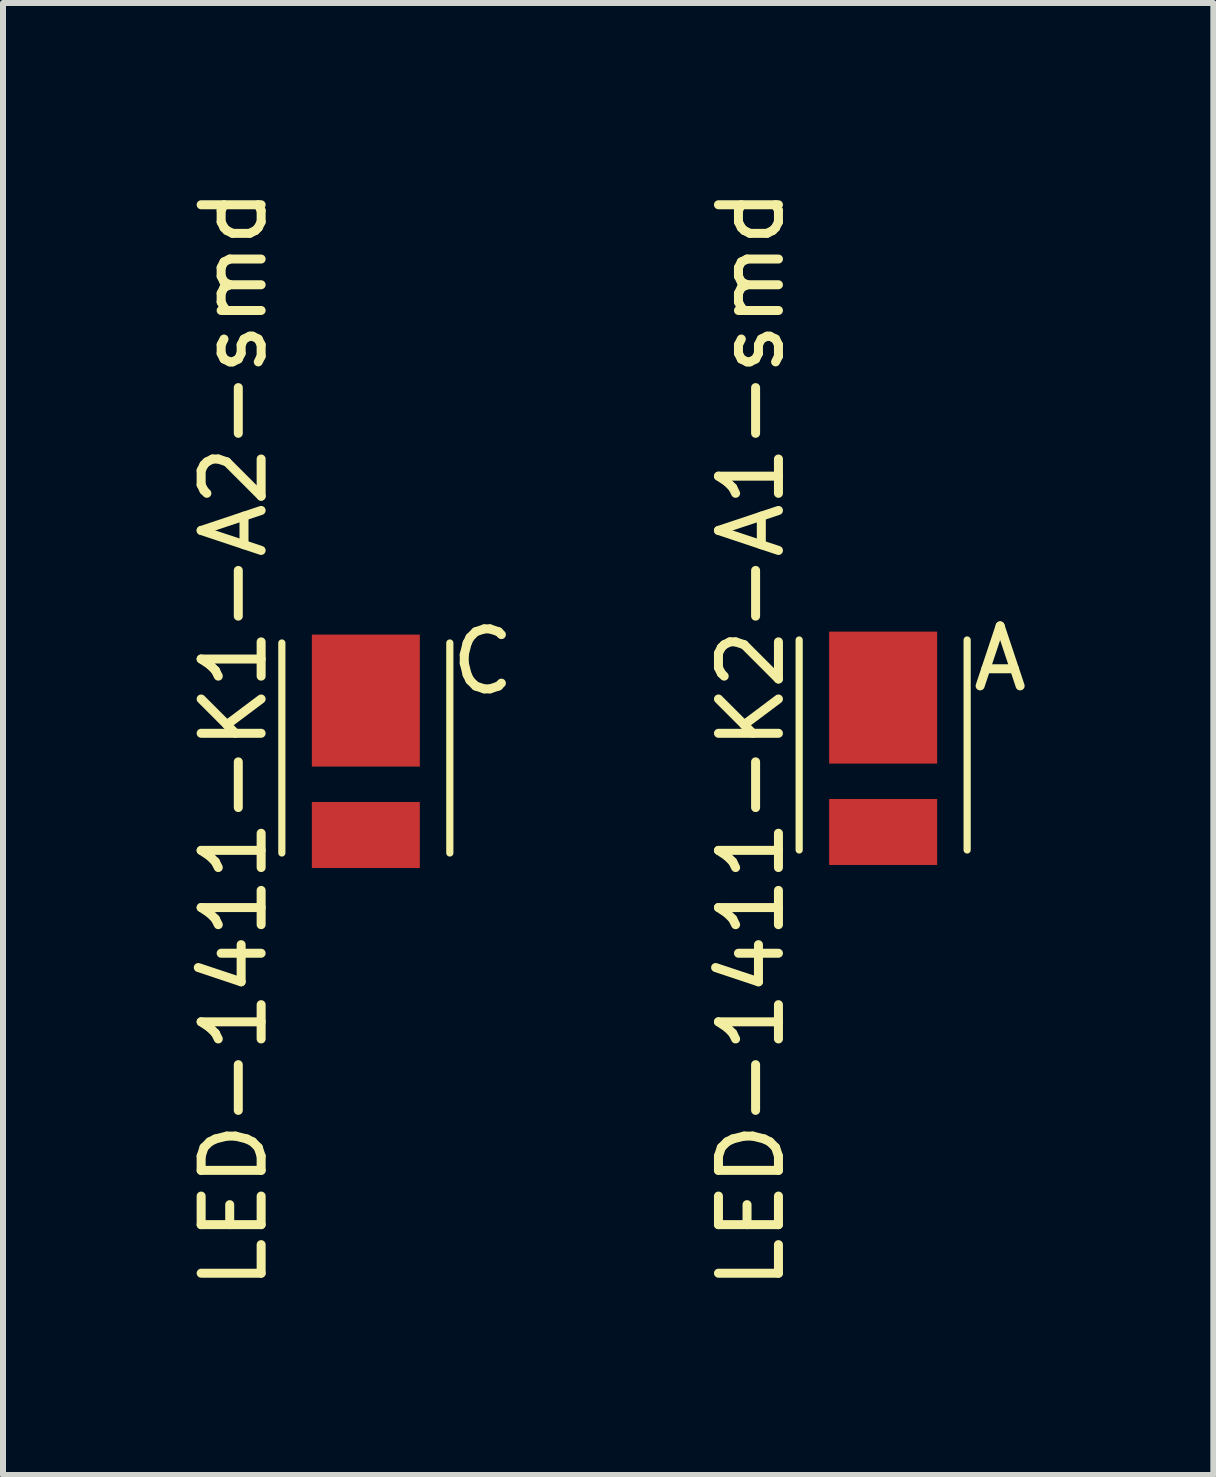
<source format=kicad_pcb>
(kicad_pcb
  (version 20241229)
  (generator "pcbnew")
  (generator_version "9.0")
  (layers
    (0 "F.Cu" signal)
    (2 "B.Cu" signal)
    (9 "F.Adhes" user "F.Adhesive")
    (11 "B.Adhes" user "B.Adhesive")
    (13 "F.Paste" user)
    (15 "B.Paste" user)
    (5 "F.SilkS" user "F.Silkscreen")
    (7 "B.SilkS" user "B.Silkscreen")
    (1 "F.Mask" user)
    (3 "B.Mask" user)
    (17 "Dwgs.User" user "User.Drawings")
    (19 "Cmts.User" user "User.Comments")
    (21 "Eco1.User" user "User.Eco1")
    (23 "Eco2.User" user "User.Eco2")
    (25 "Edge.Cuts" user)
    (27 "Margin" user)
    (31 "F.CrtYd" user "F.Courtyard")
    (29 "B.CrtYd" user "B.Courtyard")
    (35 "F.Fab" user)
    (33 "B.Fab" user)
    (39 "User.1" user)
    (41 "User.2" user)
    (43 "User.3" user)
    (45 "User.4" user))
  (footprint "LED-1411-K1-A2-smd"
    (layer "F.Cu")
    (at 3.048 9.718)
    (property "Reference" "LED-1411-K1-A2-smd" (at -2.2 -0.45 90) (unlocked yes) (layer "F.SilkS") (effects (font (size 1 1) (thickness 0.15))))
    (attr smd)
    (fp_line (start -1.4 1.45) (end -1.4 -2.05) (stroke (width 0.12) (type solid)) (layer "F.SilkS"))
    (fp_line (start 1.4 -2.05) (end 1.4 1.45) (stroke (width 0.12) (type solid)) (layer "F.SilkS"))
    (fp_text user "C" (at 1.95 -1.74 0) (unlocked yes) (layer "F.SilkS") (effects (font (size 1 1) (thickness 0.15))))
    (pad "1" smd rect (at 0 -1.09) (size 1.8 2.2) (layers "F.Cu" "F.Mask" "F.Paste"))
    (pad "2" smd rect (at 0 1.15) (size 1.8 1.1) (layers "F.Cu" "F.Mask" "F.Paste")))
  (footprint "LED-1411-K2-A1-smd"
    (layer "F.Cu")
    (at 11.671 9.668)
    (property "Reference" "LED-1411-K2-A1-smd" (at -2.2 -0.4 90) (unlocked yes) (layer "F.SilkS") (effects (font (size 1 1) (thickness 0.15))))
    (attr smd)
    (fp_line (start -1.4 1.45) (end -1.4 -2.05) (stroke (width 0.12) (type solid)) (layer "F.SilkS"))
    (fp_line (start 1.4 -2.05) (end 1.4 1.45) (stroke (width 0.12) (type solid)) (layer "F.SilkS"))
    (fp_text user "A" (at 1.95 -1.74 0) (unlocked yes) (layer "F.SilkS") (effects (font (size 1 1) (thickness 0.15))))
    (pad "1" smd rect (at 0 1.15) (size 1.8 1.1) (layers "F.Cu" "F.Mask" "F.Paste"))
    (pad "2" smd rect (at 0 -1.09) (size 1.8 2.2) (layers "F.Cu" "F.Mask" "F.Paste")))
  (gr_rect
    (start -3 -3)
    (end 17.175 21.536)
    (stroke (width 0.1) (type default))
    (fill no)
    (layer "Edge.Cuts")))
</source>
